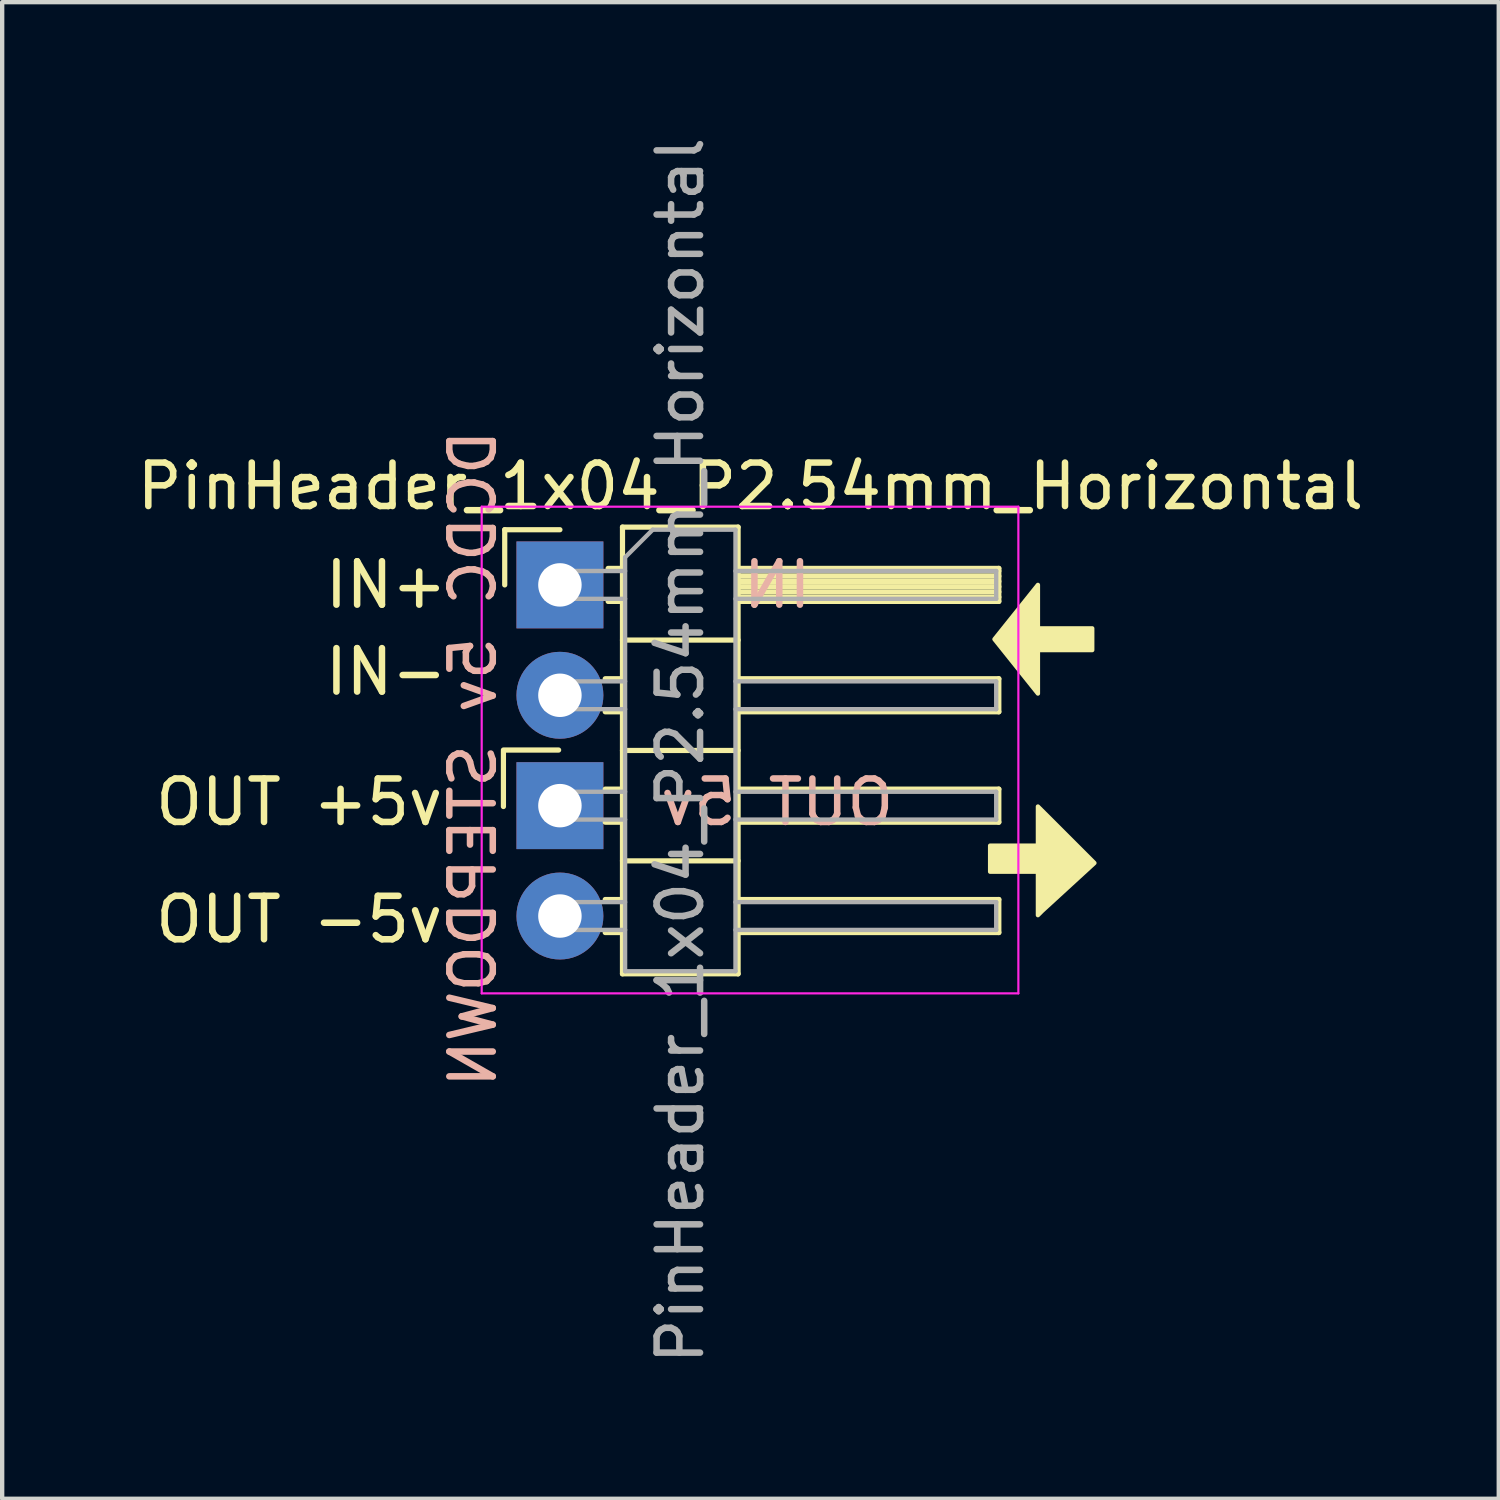
<source format=kicad_pcb>
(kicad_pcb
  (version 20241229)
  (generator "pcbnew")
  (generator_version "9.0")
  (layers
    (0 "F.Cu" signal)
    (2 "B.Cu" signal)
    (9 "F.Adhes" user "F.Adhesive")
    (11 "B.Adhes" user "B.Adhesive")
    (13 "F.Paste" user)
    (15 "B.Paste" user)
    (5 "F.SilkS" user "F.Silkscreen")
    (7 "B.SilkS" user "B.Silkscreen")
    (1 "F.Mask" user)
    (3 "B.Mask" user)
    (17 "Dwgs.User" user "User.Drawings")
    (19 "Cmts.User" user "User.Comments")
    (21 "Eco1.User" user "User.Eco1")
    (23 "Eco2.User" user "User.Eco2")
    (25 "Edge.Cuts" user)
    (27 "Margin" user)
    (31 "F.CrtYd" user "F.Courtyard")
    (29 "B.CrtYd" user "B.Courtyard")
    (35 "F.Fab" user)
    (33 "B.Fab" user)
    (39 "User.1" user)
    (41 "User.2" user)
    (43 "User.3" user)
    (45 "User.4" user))
  (footprint "PinHeader_1x04_P2.54mm_Horizontal"
    (layer "F.Cu")
    (at 9.835 10.41)
    (property "Reference" "PinHeader_1x04_P2.54mm_Horizontal" (at 4.385 -2.27 0) (layer "F.SilkS") (effects (font (size 1 1) (thickness 0.15))))
    (attr through_hole)
    (fp_line (start -1.3 3.8) (end -0.03 3.8) (stroke (width 0.12) (type solid)) (layer "F.SilkS"))
    (fp_line (start -1.3 5.1) (end -1.3 3.83) (stroke (width 0.12) (type solid)) (layer "F.SilkS"))
    (fp_line (start -1.27 -1.27) (end 0 -1.27) (stroke (width 0.12) (type solid)) (layer "F.SilkS"))
    (fp_line (start -1.27 0) (end -1.27 -1.27) (stroke (width 0.12) (type solid)) (layer "F.SilkS"))
    (fp_line (start 1.043 2.16) (end 1.44 2.16) (stroke (width 0.12) (type solid)) (layer "F.SilkS"))
    (fp_line (start 1.043 2.92) (end 1.44 2.92) (stroke (width 0.12) (type solid)) (layer "F.SilkS"))
    (fp_line (start 1.043 4.7) (end 1.44 4.7) (stroke (width 0.12) (type solid)) (layer "F.SilkS"))
    (fp_line (start 1.043 5.46) (end 1.44 5.46) (stroke (width 0.12) (type solid)) (layer "F.SilkS"))
    (fp_line (start 1.043 7.24) (end 1.44 7.24) (stroke (width 0.12) (type solid)) (layer "F.SilkS"))
    (fp_line (start 1.043 8) (end 1.44 8) (stroke (width 0.12) (type solid)) (layer "F.SilkS"))
    (fp_line (start 1.11 -0.38) (end 1.44 -0.38) (stroke (width 0.12) (type solid)) (layer "F.SilkS"))
    (fp_line (start 1.11 0.38) (end 1.44 0.38) (stroke (width 0.12) (type solid)) (layer "F.SilkS"))
    (fp_line (start 1.44 -1.33) (end 1.44 8.95) (stroke (width 0.12) (type solid)) (layer "F.SilkS"))
    (fp_line (start 1.44 1.27) (end 4.1 1.27) (stroke (width 0.12) (type solid)) (layer "F.SilkS"))
    (fp_line (start 1.44 3.81) (end 4.1 3.81) (stroke (width 0.12) (type solid)) (layer "F.SilkS"))
    (fp_line (start 1.44 6.35) (end 4.1 6.35) (stroke (width 0.12) (type solid)) (layer "F.SilkS"))
    (fp_line (start 1.44 8.95) (end 4.1 8.95) (stroke (width 0.12) (type solid)) (layer "F.SilkS"))
    (fp_line (start 4.1 -1.33) (end 1.44 -1.33) (stroke (width 0.12) (type solid)) (layer "F.SilkS"))
    (fp_line (start 4.1 -0.38) (end 10.1 -0.38) (stroke (width 0.12) (type solid)) (layer "F.SilkS"))
    (fp_line (start 4.1 -0.32) (end 10.1 -0.32) (stroke (width 0.12) (type solid)) (layer "F.SilkS"))
    (fp_line (start 4.1 -0.2) (end 10.1 -0.2) (stroke (width 0.12) (type solid)) (layer "F.SilkS"))
    (fp_line (start 4.1 -0.08) (end 10.1 -0.08) (stroke (width 0.12) (type solid)) (layer "F.SilkS"))
    (fp_line (start 4.1 0.04) (end 10.1 0.04) (stroke (width 0.12) (type solid)) (layer "F.SilkS"))
    (fp_line (start 4.1 0.16) (end 10.1 0.16) (stroke (width 0.12) (type solid)) (layer "F.SilkS"))
    (fp_line (start 4.1 0.28) (end 10.1 0.28) (stroke (width 0.12) (type solid)) (layer "F.SilkS"))
    (fp_line (start 4.1 2.16) (end 10.1 2.16) (stroke (width 0.12) (type solid)) (layer "F.SilkS"))
    (fp_line (start 4.1 4.7) (end 10.1 4.7) (stroke (width 0.12) (type solid)) (layer "F.SilkS"))
    (fp_line (start 4.1 7.24) (end 10.1 7.24) (stroke (width 0.12) (type solid)) (layer "F.SilkS"))
    (fp_line (start 4.1 8.95) (end 4.1 -1.33) (stroke (width 0.12) (type solid)) (layer "F.SilkS"))
    (fp_line (start 10.1 -0.38) (end 10.1 0.38) (stroke (width 0.12) (type solid)) (layer "F.SilkS"))
    (fp_line (start 10.1 0.38) (end 4.1 0.38) (stroke (width 0.12) (type solid)) (layer "F.SilkS"))
    (fp_line (start 10.1 2.16) (end 10.1 2.92) (stroke (width 0.12) (type solid)) (layer "F.SilkS"))
    (fp_line (start 10.1 2.92) (end 4.1 2.92) (stroke (width 0.12) (type solid)) (layer "F.SilkS"))
    (fp_line (start 10.1 4.7) (end 10.1 5.46) (stroke (width 0.12) (type solid)) (layer "F.SilkS"))
    (fp_line (start 10.1 5.46) (end 4.1 5.46) (stroke (width 0.12) (type solid)) (layer "F.SilkS"))
    (fp_line (start 10.1 7.24) (end 10.1 8) (stroke (width 0.12) (type solid)) (layer "F.SilkS"))
    (fp_line (start 10.1 8) (end 4.1 8) (stroke (width 0.12) (type solid)) (layer "F.SilkS"))
    (fp_poly (pts (xy 11 2.5) (xy 10 1.25) (xy 11 0)) (stroke (width 0.1) (type solid)) (fill yes) (layer "F.SilkS"))
    (fp_poly (pts (xy 11.1 6.6) (xy 9.9 6.6) (xy 9.9 6) (xy 11 6)) (stroke (width 0.1) (type solid)) (fill yes) (layer "F.SilkS"))
    (fp_poly (pts (xy 12.25 1.5) (xy 11 1.5) (xy 11 1) (xy 12.25 1)) (stroke (width 0.1) (type solid)) (fill yes) (layer "F.SilkS"))
    (fp_poly (pts (xy 12.3 6.4) (xy 11.1 7.5) (xy 11 7.6) (xy 11 5.1)) (stroke (width 0.1) (type solid)) (fill yes) (layer "F.SilkS"))
    (fp_line (start -1.8 -1.8) (end -1.8 9.4) (stroke (width 0.05) (type solid)) (layer "F.CrtYd"))
    (fp_line (start -1.8 9.4) (end 10.55 9.4) (stroke (width 0.05) (type solid)) (layer "F.CrtYd"))
    (fp_line (start 10.55 -1.8) (end -1.8 -1.8) (stroke (width 0.05) (type solid)) (layer "F.CrtYd"))
    (fp_line (start 10.55 9.4) (end 10.55 -1.8) (stroke (width 0.05) (type solid)) (layer "F.CrtYd"))
    (fp_line (start -0.32 -0.32) (end -0.32 0.32) (stroke (width 0.1) (type solid)) (layer "F.Fab"))
    (fp_line (start -0.32 -0.32) (end 1.5 -0.32) (stroke (width 0.1) (type solid)) (layer "F.Fab"))
    (fp_line (start -0.32 0.32) (end 1.5 0.32) (stroke (width 0.1) (type solid)) (layer "F.Fab"))
    (fp_line (start -0.32 2.22) (end -0.32 2.86) (stroke (width 0.1) (type solid)) (layer "F.Fab"))
    (fp_line (start -0.32 2.22) (end 1.5 2.22) (stroke (width 0.1) (type solid)) (layer "F.Fab"))
    (fp_line (start -0.32 2.86) (end 1.5 2.86) (stroke (width 0.1) (type solid)) (layer "F.Fab"))
    (fp_line (start -0.32 4.76) (end -0.32 5.4) (stroke (width 0.1) (type solid)) (layer "F.Fab"))
    (fp_line (start -0.32 4.76) (end 1.5 4.76) (stroke (width 0.1) (type solid)) (layer "F.Fab"))
    (fp_line (start -0.32 5.4) (end 1.5 5.4) (stroke (width 0.1) (type solid)) (layer "F.Fab"))
    (fp_line (start -0.32 7.3) (end -0.32 7.94) (stroke (width 0.1) (type solid)) (layer "F.Fab"))
    (fp_line (start -0.32 7.3) (end 1.5 7.3) (stroke (width 0.1) (type solid)) (layer "F.Fab"))
    (fp_line (start -0.32 7.94) (end 1.5 7.94) (stroke (width 0.1) (type solid)) (layer "F.Fab"))
    (fp_line (start 1.5 -0.635) (end 2.135 -1.27) (stroke (width 0.1) (type solid)) (layer "F.Fab"))
    (fp_line (start 1.5 8.89) (end 1.5 -0.635) (stroke (width 0.1) (type solid)) (layer "F.Fab"))
    (fp_line (start 2.135 -1.27) (end 4.04 -1.27) (stroke (width 0.1) (type solid)) (layer "F.Fab"))
    (fp_line (start 4.04 -1.27) (end 4.04 8.89) (stroke (width 0.1) (type solid)) (layer "F.Fab"))
    (fp_line (start 4.04 -0.32) (end 10.04 -0.32) (stroke (width 0.1) (type solid)) (layer "F.Fab"))
    (fp_line (start 4.04 0.32) (end 10.04 0.32) (stroke (width 0.1) (type solid)) (layer "F.Fab"))
    (fp_line (start 4.04 2.22) (end 10.04 2.22) (stroke (width 0.1) (type solid)) (layer "F.Fab"))
    (fp_line (start 4.04 2.86) (end 10.04 2.86) (stroke (width 0.1) (type solid)) (layer "F.Fab"))
    (fp_line (start 4.04 4.76) (end 10.04 4.76) (stroke (width 0.1) (type solid)) (layer "F.Fab"))
    (fp_line (start 4.04 5.4) (end 10.04 5.4) (stroke (width 0.1) (type solid)) (layer "F.Fab"))
    (fp_line (start 4.04 7.3) (end 10.04 7.3) (stroke (width 0.1) (type solid)) (layer "F.Fab"))
    (fp_line (start 4.04 7.94) (end 10.04 7.94) (stroke (width 0.1) (type solid)) (layer "F.Fab"))
    (fp_line (start 4.04 8.89) (end 1.5 8.89) (stroke (width 0.1) (type solid)) (layer "F.Fab"))
    (fp_line (start 10.04 -0.32) (end 10.04 0.32) (stroke (width 0.1) (type solid)) (layer "F.Fab"))
    (fp_line (start 10.04 2.22) (end 10.04 2.86) (stroke (width 0.1) (type solid)) (layer "F.Fab"))
    (fp_line (start 10.04 4.76) (end 10.04 5.4) (stroke (width 0.1) (type solid)) (layer "F.Fab"))
    (fp_line (start 10.04 7.3) (end 10.04 7.94) (stroke (width 0.1) (type solid)) (layer "F.Fab"))
    (fp_text user "OUT -5v" (at -6 7.7 0) (layer "F.SilkS") (effects (font (size 1 1) (thickness 0.15))))
    (fp_text user "IN+" (at -4 0 0) (layer "F.SilkS") (effects (font (size 1 1) (thickness 0.15))))
    (fp_text user "OUT +5v" (at -6 5 0) (layer "F.SilkS") (effects (font (size 1 1) (thickness 0.15))))
    (fp_text user "IN-" (at -4 2 0) (layer "F.SilkS") (effects (font (size 1 1) (thickness 0.15))))
    (fp_text user "DCDC 5v STEPDOWN" (at -2 4 90) (layer "B.SilkS") (effects (font (size 1 1) (thickness 0.15)) (justify mirror)))
    (fp_text user "OUT 5v" (at 5 5 0) (layer "B.SilkS") (effects (font (size 1 1) (thickness 0.15)) (justify mirror)))
    (fp_text user "IN" (at 5 0 0) (layer "B.SilkS") (effects (font (size 1 1) (thickness 0.15)) (justify mirror)))
    (fp_text user "${REFERENCE}" (at 2.77 3.81 90) (layer "F.Fab") (effects (font (size 1 1) (thickness 0.15))))
    (pad "1" thru_hole rect (at 0 0) (size 2 2) (drill 1) (layers "*.Cu" "*.Mask"))
    (pad "2" thru_hole circle (at 0 2.54) (size 2 2) (drill 1) (layers "*.Cu" "*.Mask"))
    (pad "3" thru_hole rect (at 0 5.08) (size 2 2) (drill 1) (layers "*.Cu" "*.Mask"))
    (pad "4" thru_hole circle (at 0 7.62) (size 2 2) (drill 1) (layers "*.Cu" "*.Mask")))
  (gr_rect
    (start -3 -3)
    (end 31.44 31.44)
    (stroke (width 0.1) (type default))
    (fill no)
    (layer "Edge.Cuts")))
</source>
